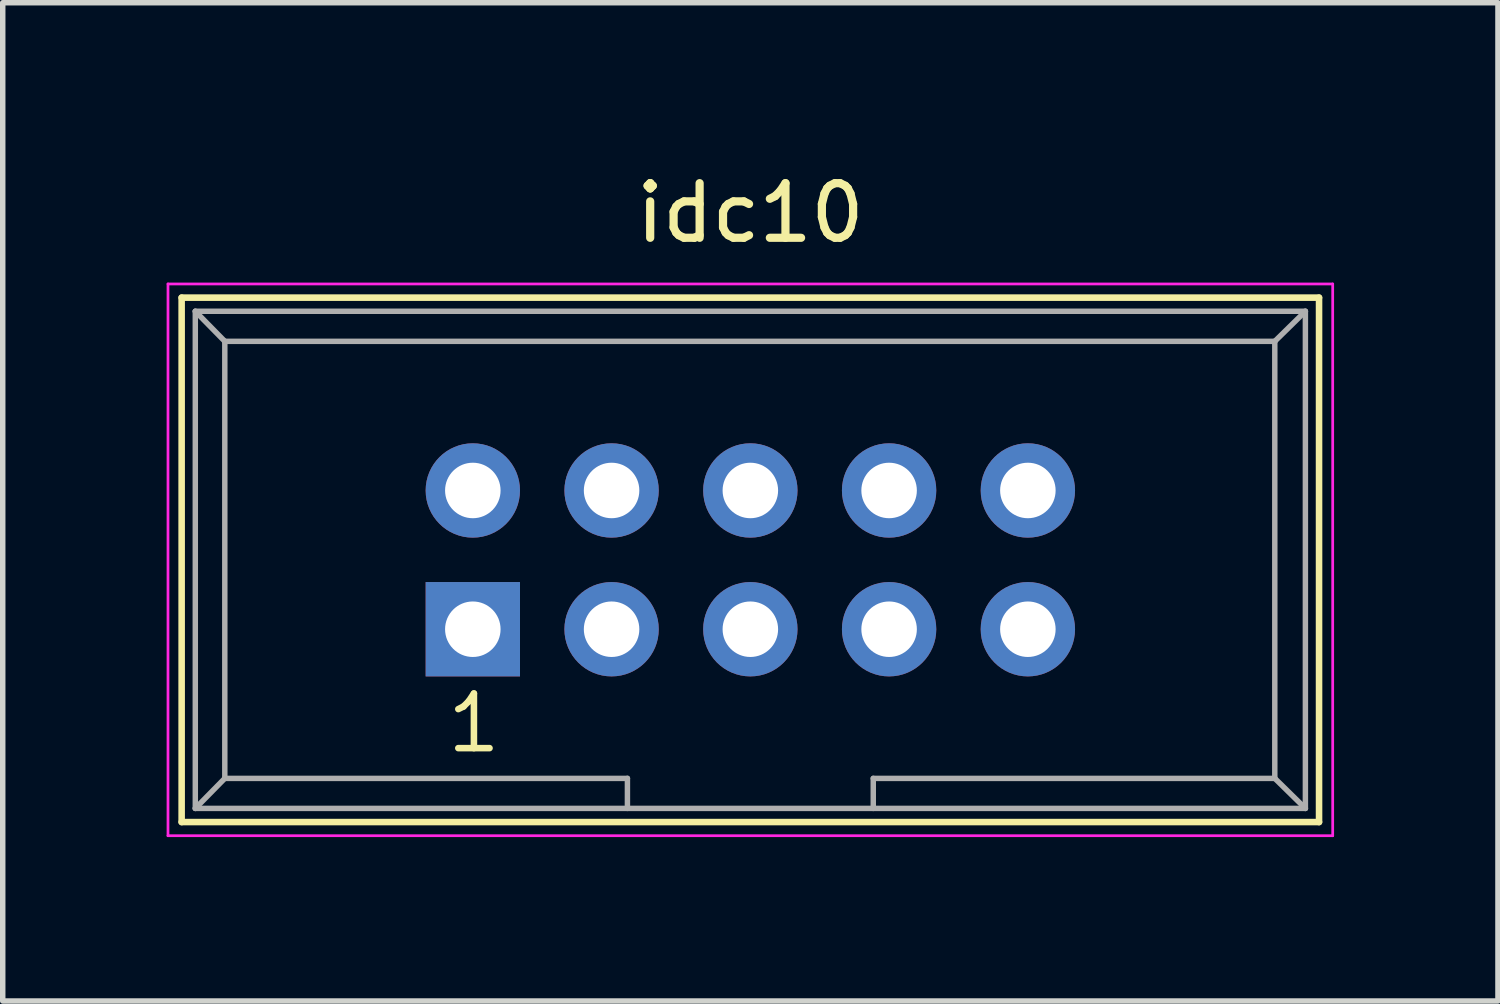
<source format=kicad_pcb>
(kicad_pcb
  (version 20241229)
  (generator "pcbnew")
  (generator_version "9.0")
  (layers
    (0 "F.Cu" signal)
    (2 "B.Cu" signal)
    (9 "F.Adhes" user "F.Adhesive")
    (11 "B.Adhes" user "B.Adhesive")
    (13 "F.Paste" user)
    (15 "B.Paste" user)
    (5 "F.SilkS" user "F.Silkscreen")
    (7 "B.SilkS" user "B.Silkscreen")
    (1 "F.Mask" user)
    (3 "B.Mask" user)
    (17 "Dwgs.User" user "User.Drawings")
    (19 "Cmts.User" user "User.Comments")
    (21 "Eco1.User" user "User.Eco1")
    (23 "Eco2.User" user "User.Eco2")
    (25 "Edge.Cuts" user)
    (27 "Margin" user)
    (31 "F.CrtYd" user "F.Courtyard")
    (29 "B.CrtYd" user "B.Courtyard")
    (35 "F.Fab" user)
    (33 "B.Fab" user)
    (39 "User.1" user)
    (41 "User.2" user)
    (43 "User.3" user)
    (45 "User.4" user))
  (footprint "idc10"
    (layer "F.Cu")
    (at 5.605 8.468)
    (property "Reference" "idc10" (at 5.08 -7.62 0) (layer "F.SilkS") (effects (font (size 1 1) (thickness 0.15))))
    (attr through_hole)
    (fp_line (start -5.33 -6.07) (end 15.49 -6.07) (stroke (width 0.12) (type solid)) (layer "F.SilkS"))
    (fp_line (start -5.33 3.53) (end -5.33 -6.07) (stroke (width 0.12) (type solid)) (layer "F.SilkS"))
    (fp_line (start 15.49 -6.07) (end 15.49 3.53) (stroke (width 0.12) (type solid)) (layer "F.SilkS"))
    (fp_line (start 15.49 3.53) (end -5.33 3.53) (stroke (width 0.12) (type solid)) (layer "F.SilkS"))
    (fp_line (start -5.58 -6.32) (end 15.74 -6.32) (stroke (width 0.05) (type solid)) (layer "F.CrtYd"))
    (fp_line (start -5.58 3.78) (end -5.58 -6.32) (stroke (width 0.05) (type solid)) (layer "F.CrtYd"))
    (fp_line (start 15.74 -6.32) (end 15.74 3.78) (stroke (width 0.05) (type solid)) (layer "F.CrtYd"))
    (fp_line (start 15.74 3.78) (end -5.58 3.78) (stroke (width 0.05) (type solid)) (layer "F.CrtYd"))
    (fp_line (start -5.08 -5.82) (end -5.08 3.28) (stroke (width 0.1) (type solid)) (layer "F.Fab"))
    (fp_line (start -5.08 -5.82) (end -4.54 -5.27) (stroke (width 0.1) (type solid)) (layer "F.Fab"))
    (fp_line (start -5.08 -5.82) (end 15.24 -5.82) (stroke (width 0.1) (type solid)) (layer "F.Fab"))
    (fp_line (start -5.08 3.28) (end -4.54 2.73) (stroke (width 0.1) (type solid)) (layer "F.Fab"))
    (fp_line (start -5.08 3.28) (end 15.24 3.28) (stroke (width 0.1) (type solid)) (layer "F.Fab"))
    (fp_line (start -4.54 -5.27) (end -4.54 2.73) (stroke (width 0.1) (type solid)) (layer "F.Fab"))
    (fp_line (start -4.54 -5.27) (end 14.68 -5.27) (stroke (width 0.1) (type solid)) (layer "F.Fab"))
    (fp_line (start -4.54 2.73) (end 2.83 2.73) (stroke (width 0.1) (type solid)) (layer "F.Fab"))
    (fp_line (start 2.83 2.73) (end 2.83 3.28) (stroke (width 0.1) (type solid)) (layer "F.Fab"))
    (fp_line (start 7.33 2.73) (end 7.33 3.28) (stroke (width 0.1) (type solid)) (layer "F.Fab"))
    (fp_line (start 7.33 2.73) (end 14.68 2.73) (stroke (width 0.1) (type solid)) (layer "F.Fab"))
    (fp_line (start 14.68 -5.27) (end 14.68 2.73) (stroke (width 0.1) (type solid)) (layer "F.Fab"))
    (fp_line (start 15.24 -5.82) (end 14.68 -5.27) (stroke (width 0.1) (type solid)) (layer "F.Fab"))
    (fp_line (start 15.24 -5.82) (end 15.24 3.28) (stroke (width 0.1) (type solid)) (layer "F.Fab"))
    (fp_line (start 15.24 3.28) (end 14.68 2.73) (stroke (width 0.1) (type solid)) (layer "F.Fab"))
    (fp_text user "1" (at 0.02 1.72 0) (layer "F.SilkS") (effects (font (size 1 1) (thickness 0.12))))
    (pad "1" thru_hole rect (at 0 0) (size 1.727 1.727) (drill 1.016) (layers "*.Cu" "*.Mask"))
    (pad "2" thru_hole oval (at 0 -2.54) (size 1.727 1.727) (drill 1.016) (layers "*.Cu" "*.Mask"))
    (pad "3" thru_hole oval (at 2.54 0) (size 1.727 1.727) (drill 1.016) (layers "*.Cu" "*.Mask"))
    (pad "4" thru_hole oval (at 2.54 -2.54) (size 1.727 1.727) (drill 1.016) (layers "*.Cu" "*.Mask"))
    (pad "5" thru_hole oval (at 5.08 0) (size 1.727 1.727) (drill 1.016) (layers "*.Cu" "*.Mask"))
    (pad "6" thru_hole oval (at 5.08 -2.54) (size 1.727 1.727) (drill 1.016) (layers "*.Cu" "*.Mask"))
    (pad "7" thru_hole oval (at 7.62 0) (size 1.727 1.727) (drill 1.016) (layers "*.Cu" "*.Mask"))
    (pad "8" thru_hole oval (at 7.62 -2.54) (size 1.727 1.727) (drill 1.016) (layers "*.Cu" "*.Mask"))
    (pad "9" thru_hole oval (at 10.16 0) (size 1.727 1.727) (drill 1.016) (layers "*.Cu" "*.Mask"))
    (pad "10" thru_hole oval (at 10.16 -2.54) (size 1.727 1.727) (drill 1.016) (layers "*.Cu" "*.Mask")))
  (gr_rect
    (start -3 -3)
    (end 24.37 15.273)
    (stroke (width 0.1) (type default))
    (fill no)
    (layer "Edge.Cuts")))
</source>
